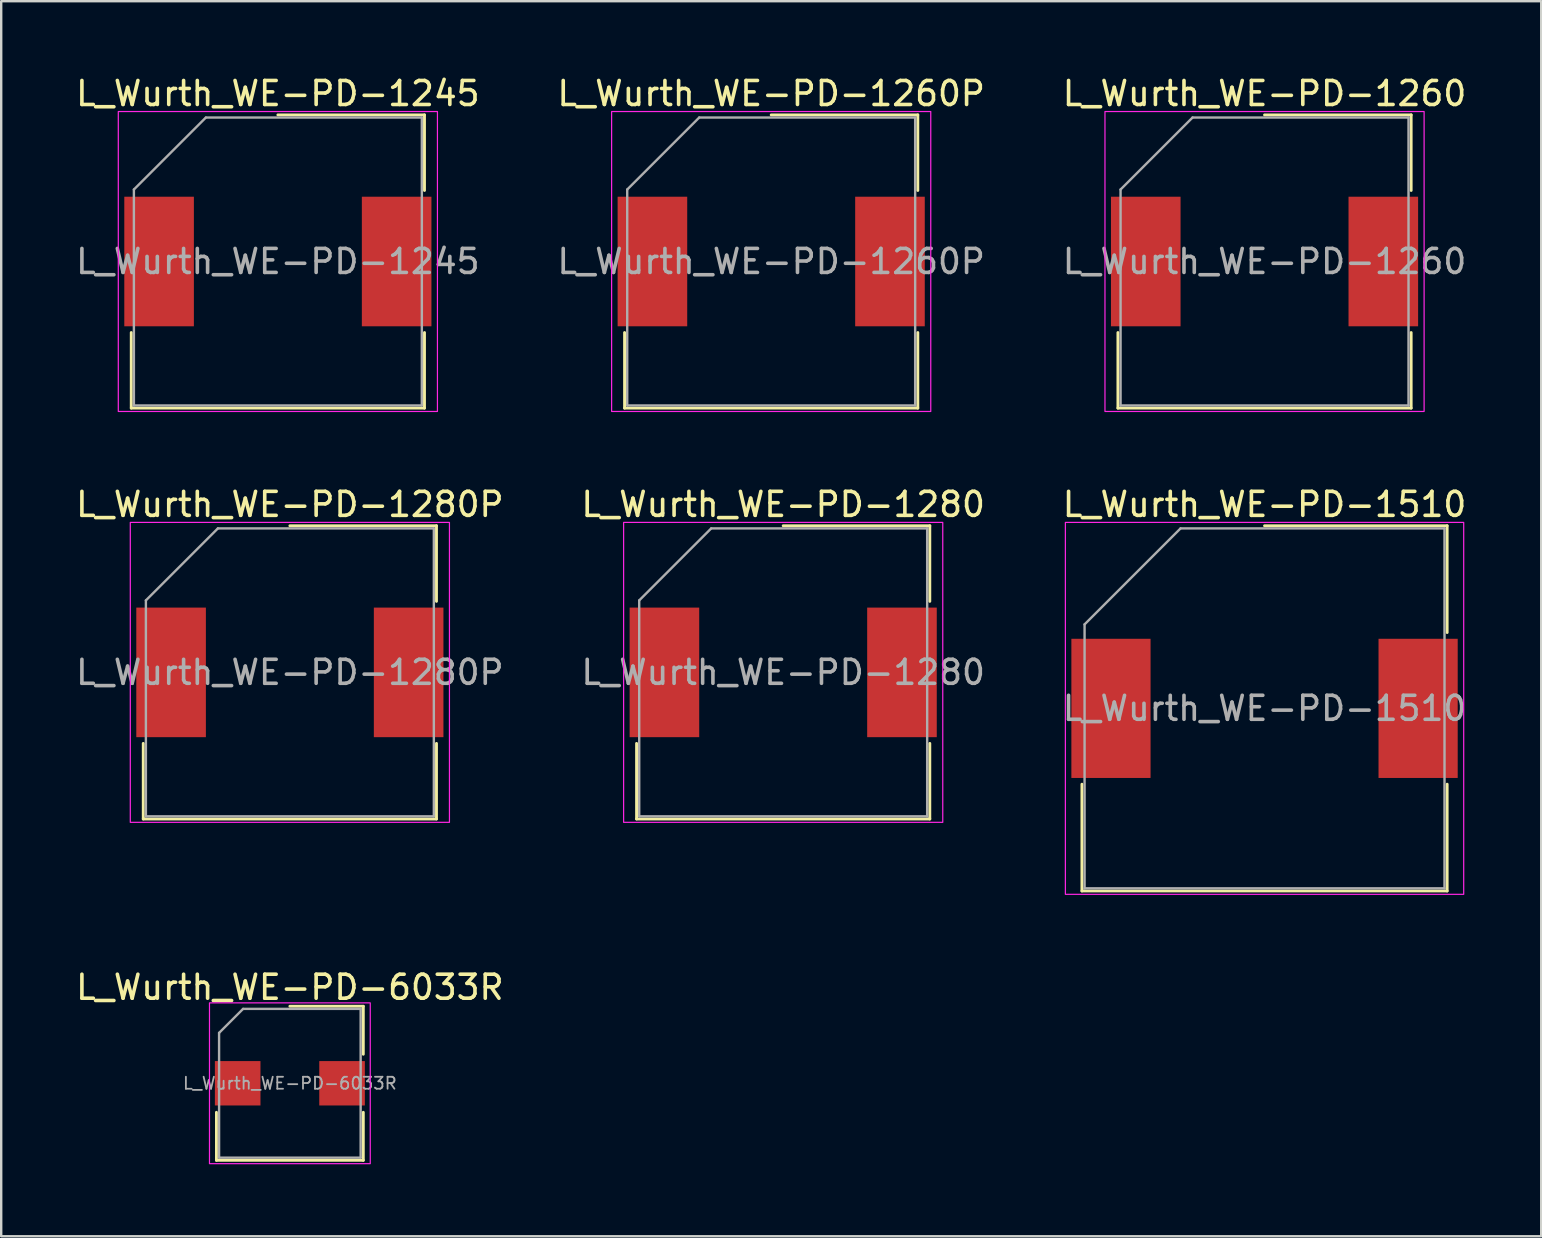
<source format=kicad_pcb>
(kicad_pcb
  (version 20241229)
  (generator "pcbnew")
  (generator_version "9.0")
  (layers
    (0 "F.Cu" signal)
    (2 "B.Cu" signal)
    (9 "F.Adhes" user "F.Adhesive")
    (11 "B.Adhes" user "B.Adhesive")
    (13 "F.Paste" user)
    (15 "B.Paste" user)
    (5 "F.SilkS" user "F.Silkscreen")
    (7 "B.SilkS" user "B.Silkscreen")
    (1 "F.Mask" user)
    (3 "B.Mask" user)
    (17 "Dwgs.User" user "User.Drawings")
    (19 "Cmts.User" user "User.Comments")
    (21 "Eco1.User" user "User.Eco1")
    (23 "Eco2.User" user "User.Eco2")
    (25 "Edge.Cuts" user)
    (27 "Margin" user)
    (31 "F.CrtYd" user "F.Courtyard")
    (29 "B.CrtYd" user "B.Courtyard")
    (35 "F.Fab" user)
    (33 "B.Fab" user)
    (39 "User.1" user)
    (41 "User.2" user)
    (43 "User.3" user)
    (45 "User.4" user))
  (footprint "L_Wurth_WE-PD-1510"
    (layer "F.Cu")
    (at 49.649 26.471)
    (property "Reference" "L_Wurth_WE-PD-1510" (at 0 -8.5 0) (unlocked yes) (layer "F.SilkS") (effects (font (size 1 1) (thickness 0.15))))
    (attr smd)
    (fp_line (start -7.61 3.16) (end -7.61 7.61) (stroke (width 0.12) (type solid)) (layer "F.SilkS"))
    (fp_line (start -7.61 7.61) (end 7.61 7.61) (stroke (width 0.12) (type solid)) (layer "F.SilkS"))
    (fp_line (start 0 -7.61) (end 7.61 -7.61) (stroke (width 0.12) (type solid)) (layer "F.SilkS"))
    (fp_line (start 7.61 -7.61) (end 7.61 -3.16) (stroke (width 0.12) (type solid)) (layer "F.SilkS"))
    (fp_line (start 7.61 7.61) (end 7.61 3.16) (stroke (width 0.12) (type solid)) (layer "F.SilkS"))
    (fp_rect (start -8.3 -7.75) (end 8.3 7.75) (stroke (width 0.05) (type solid)) (fill no) (layer "F.CrtYd"))
    (fp_line (start -7.5 7.5) (end -7.5 -3.5) (stroke (width 0.1) (type solid)) (layer "F.Fab"))
    (fp_line (start -7.5 7.5) (end 7.5 7.5) (stroke (width 0.1) (type solid)) (layer "F.Fab"))
    (fp_line (start -3.5 -7.5) (end -7.5 -3.5) (stroke (width 0.1) (type solid)) (layer "F.Fab"))
    (fp_line (start 7.5 -7.5) (end -3.5 -7.5) (stroke (width 0.1) (type solid)) (layer "F.Fab"))
    (fp_line (start 7.5 7.5) (end 7.5 -7.5) (stroke (width 0.1) (type solid)) (layer "F.Fab"))
    (fp_text user "${REFERENCE}" (at 0 0 0) (unlocked yes) (layer "F.Fab") (effects (font (size 1 1) (thickness 0.15))))
    (pad "1" smd rect (at -6.4 0) (size 3.3 5.8) (layers "F.Cu" "F.Mask" "F.Paste"))
    (pad "2" smd rect (at 6.4 0) (size 3.3 5.8) (layers "F.Cu" "F.Mask" "F.Paste")))
  (footprint "L_Wurth_WE-PD-1280P"
    (layer "F.Cu")
    (at 9.03 24.971)
    (property "Reference" "L_Wurth_WE-PD-1280P" (at 0 -7 0) (unlocked yes) (layer "F.SilkS") (effects (font (size 1 1) (thickness 0.15))))
    (attr smd)
    (fp_line (start -6.11 6.11) (end -6.11 2.96) (stroke (width 0.12) (type solid)) (layer "F.SilkS"))
    (fp_line (start -6.11 6.11) (end 6.11 6.11) (stroke (width 0.12) (type solid)) (layer "F.SilkS"))
    (fp_line (start 0 -6.11) (end 6.11 -6.11) (stroke (width 0.12) (type solid)) (layer "F.SilkS"))
    (fp_line (start 6.11 -6.11) (end 6.11 -2.96) (stroke (width 0.12) (type solid)) (layer "F.SilkS"))
    (fp_line (start 6.11 2.96) (end 6.11 6.11) (stroke (width 0.12) (type solid)) (layer "F.SilkS"))
    (fp_rect (start -6.65 -6.25) (end 6.65 6.25) (stroke (width 0.05) (type solid)) (fill no) (layer "F.CrtYd"))
    (fp_line (start -6 6) (end -6 -3) (stroke (width 0.1) (type solid)) (layer "F.Fab"))
    (fp_line (start -6 6) (end 6 6) (stroke (width 0.1) (type solid)) (layer "F.Fab"))
    (fp_line (start -3 -6) (end -6 -3) (stroke (width 0.1) (type solid)) (layer "F.Fab"))
    (fp_line (start 6 -6) (end -3 -6) (stroke (width 0.1) (type solid)) (layer "F.Fab"))
    (fp_line (start 6 6) (end 6 -6) (stroke (width 0.1) (type solid)) (layer "F.Fab"))
    (fp_text user "${REFERENCE}" (at 0 0 0) (unlocked yes) (layer "F.Fab") (effects (font (size 1 1) (thickness 0.15))))
    (pad "1" smd rect (at -4.95 0) (size 2.9 5.4) (layers "F.Cu" "F.Mask" "F.Paste"))
    (pad "2" smd rect (at 4.95 0) (size 2.9 5.4) (layers "F.Cu" "F.Mask" "F.Paste")))
  (footprint "L_Wurth_WE-PD-1245"
    (layer "F.Cu")
    (at 8.53 7.848)
    (property "Reference" "L_Wurth_WE-PD-1245" (at 0 -7 0) (unlocked yes) (layer "F.SilkS") (effects (font (size 1 1) (thickness 0.15))))
    (attr smd)
    (fp_line (start -6.11 6.11) (end -6.11 2.96) (stroke (width 0.12) (type solid)) (layer "F.SilkS"))
    (fp_line (start -6.11 6.11) (end 6.11 6.11) (stroke (width 0.12) (type solid)) (layer "F.SilkS"))
    (fp_line (start 0 -6.11) (end 6.11 -6.11) (stroke (width 0.12) (type solid)) (layer "F.SilkS"))
    (fp_line (start 6.11 -6.11) (end 6.11 -2.96) (stroke (width 0.12) (type solid)) (layer "F.SilkS"))
    (fp_line (start 6.11 2.96) (end 6.11 6.11) (stroke (width 0.12) (type solid)) (layer "F.SilkS"))
    (fp_rect (start -6.65 -6.25) (end 6.65 6.25) (stroke (width 0.05) (type solid)) (fill no) (layer "F.CrtYd"))
    (fp_line (start -6 -3) (end -3 -6) (stroke (width 0.1) (type solid)) (layer "F.Fab"))
    (fp_line (start -6 6) (end -6 -3) (stroke (width 0.1) (type solid)) (layer "F.Fab"))
    (fp_line (start -6 6) (end 6 6) (stroke (width 0.1) (type solid)) (layer "F.Fab"))
    (fp_line (start 6 -6) (end -3 -6) (stroke (width 0.1) (type solid)) (layer "F.Fab"))
    (fp_line (start 6 6) (end 6 -6) (stroke (width 0.1) (type solid)) (layer "F.Fab"))
    (fp_text user "${REFERENCE}" (at 0 0 0) (unlocked yes) (layer "F.Fab") (effects (font (size 1 1) (thickness 0.15))))
    (pad "1" smd rect (at -4.95 0) (size 2.9 5.4) (layers "F.Cu" "F.Mask" "F.Paste"))
    (pad "2" smd rect (at 4.95 0) (size 2.9 5.4) (layers "F.Cu" "F.Mask" "F.Paste")))
  (footprint "L_Wurth_WE-PD-1260P"
    (layer "F.Cu")
    (at 29.089 7.848)
    (property "Reference" "L_Wurth_WE-PD-1260P" (at 0 -7 0) (unlocked yes) (layer "F.SilkS") (effects (font (size 1 1) (thickness 0.15))))
    (attr smd)
    (fp_line (start -6.11 6.11) (end -6.11 2.96) (stroke (width 0.12) (type solid)) (layer "F.SilkS"))
    (fp_line (start -6.11 6.11) (end 6.11 6.11) (stroke (width 0.12) (type solid)) (layer "F.SilkS"))
    (fp_line (start 0 -6.11) (end 6.11 -6.11) (stroke (width 0.12) (type solid)) (layer "F.SilkS"))
    (fp_line (start 6.11 -6.11) (end 6.11 -2.96) (stroke (width 0.12) (type solid)) (layer "F.SilkS"))
    (fp_line (start 6.11 2.96) (end 6.11 6.11) (stroke (width 0.12) (type solid)) (layer "F.SilkS"))
    (fp_rect (start -6.65 -6.25) (end 6.65 6.25) (stroke (width 0.05) (type solid)) (fill no) (layer "F.CrtYd"))
    (fp_line (start -6 6) (end -6 -3) (stroke (width 0.1) (type solid)) (layer "F.Fab"))
    (fp_line (start -6 6) (end 6 6) (stroke (width 0.1) (type solid)) (layer "F.Fab"))
    (fp_line (start -3 -6) (end -6 -3) (stroke (width 0.1) (type solid)) (layer "F.Fab"))
    (fp_line (start 6 -6) (end -3 -6) (stroke (width 0.1) (type solid)) (layer "F.Fab"))
    (fp_line (start 6 6) (end 6 -6) (stroke (width 0.1) (type solid)) (layer "F.Fab"))
    (fp_text user "${REFERENCE}" (at 0 0 0) (unlocked yes) (layer "F.Fab") (effects (font (size 1 1) (thickness 0.15))))
    (pad "1" smd rect (at -4.95 0) (size 2.9 5.4) (layers "F.Cu" "F.Mask" "F.Paste"))
    (pad "2" smd rect (at 4.95 0) (size 2.9 5.4) (layers "F.Cu" "F.Mask" "F.Paste")))
  (footprint "L_Wurth_WE-PD-1280"
    (layer "F.Cu")
    (at 29.589 24.971)
    (property "Reference" "L_Wurth_WE-PD-1280" (at 0 -7 0) (unlocked yes) (layer "F.SilkS") (effects (font (size 1 1) (thickness 0.15))))
    (attr smd)
    (fp_line (start -6.11 6.11) (end -6.11 2.96) (stroke (width 0.12) (type solid)) (layer "F.SilkS"))
    (fp_line (start -6.11 6.11) (end 6.11 6.11) (stroke (width 0.12) (type solid)) (layer "F.SilkS"))
    (fp_line (start 0 -6.11) (end 6.11 -6.11) (stroke (width 0.12) (type solid)) (layer "F.SilkS"))
    (fp_line (start 6.11 -6.11) (end 6.11 -2.96) (stroke (width 0.12) (type solid)) (layer "F.SilkS"))
    (fp_line (start 6.11 2.96) (end 6.11 6.11) (stroke (width 0.12) (type solid)) (layer "F.SilkS"))
    (fp_rect (start -6.65 -6.25) (end 6.65 6.25) (stroke (width 0.05) (type solid)) (fill no) (layer "F.CrtYd"))
    (fp_line (start -6 6) (end -6 -3) (stroke (width 0.1) (type solid)) (layer "F.Fab"))
    (fp_line (start -6 6) (end 6 6) (stroke (width 0.1) (type solid)) (layer "F.Fab"))
    (fp_line (start -3 -6) (end -6 -3) (stroke (width 0.1) (type solid)) (layer "F.Fab"))
    (fp_line (start 6 -6) (end -3 -6) (stroke (width 0.1) (type solid)) (layer "F.Fab"))
    (fp_line (start 6 6) (end 6 -6) (stroke (width 0.1) (type solid)) (layer "F.Fab"))
    (fp_text user "${REFERENCE}" (at 0 0 0) (unlocked yes) (layer "F.Fab") (effects (font (size 1 1) (thickness 0.15))))
    (pad "1" smd rect (at -4.95 0) (size 2.9 5.4) (layers "F.Cu" "F.Mask" "F.Paste"))
    (pad "2" smd rect (at 4.95 0) (size 2.9 5.4) (layers "F.Cu" "F.Mask" "F.Paste")))
  (footprint "L_Wurth_WE-PD-6033R"
    (layer "F.Cu")
    (at 9.03 42.095)
    (property "Reference" "L_Wurth_WE-PD-6033R" (at 0 -4 0) (unlocked yes) (layer "F.SilkS") (effects (font (size 1 1) (thickness 0.15))))
    (attr smd)
    (fp_line (start -3.06 3.21) (end -3.06 1.21) (stroke (width 0.12) (type solid)) (layer "F.SilkS"))
    (fp_line (start -3.06 3.21) (end 3.06 3.21) (stroke (width 0.12) (type solid)) (layer "F.SilkS"))
    (fp_line (start 0 -3.21) (end 3.06 -3.21) (stroke (width 0.12) (type solid)) (layer "F.SilkS"))
    (fp_line (start 3.06 -3.21) (end 3.06 -1.21) (stroke (width 0.12) (type solid)) (layer "F.SilkS"))
    (fp_line (start 3.06 1.21) (end 3.06 3.21) (stroke (width 0.12) (type solid)) (layer "F.SilkS"))
    (fp_rect (start -3.35 -3.35) (end 3.35 3.35) (stroke (width 0.05) (type solid)) (fill no) (layer "F.CrtYd"))
    (fp_line (start -2.95 3.1) (end -2.95 -2.1) (stroke (width 0.1) (type solid)) (layer "F.Fab"))
    (fp_line (start -2.95 3.1) (end 2.95 3.1) (stroke (width 0.1) (type solid)) (layer "F.Fab"))
    (fp_line (start -1.95 -3.1) (end -2.95 -2.1) (stroke (width 0.1) (type solid)) (layer "F.Fab"))
    (fp_line (start 2.95 -3.1) (end -1.95 -3.1) (stroke (width 0.1) (type solid)) (layer "F.Fab"))
    (fp_line (start 2.95 3.1) (end 2.95 -3.1) (stroke (width 0.1) (type solid)) (layer "F.Fab"))
    (fp_text user "${REFERENCE}" (at 0 0 0) (unlocked yes) (layer "F.Fab") (effects (font (size 0.5 0.5) (thickness 0.075))))
    (pad "1" smd rect (at -2.175 0 90) (size 1.85 1.9) (layers "F.Cu" "F.Mask" "F.Paste"))
    (pad "2" smd rect (at 2.175 0 90) (size 1.85 1.9) (layers "F.Cu" "F.Mask" "F.Paste")))
  (footprint "L_Wurth_WE-PD-1260"
    (layer "F.Cu")
    (at 49.649 7.848)
    (property "Reference" "L_Wurth_WE-PD-1260" (at 0 -7 0) (unlocked yes) (layer "F.SilkS") (effects (font (size 1 1) (thickness 0.15))))
    (attr smd)
    (fp_line (start -6.11 6.11) (end -6.11 2.96) (stroke (width 0.12) (type solid)) (layer "F.SilkS"))
    (fp_line (start -6.11 6.11) (end 6.11 6.11) (stroke (width 0.12) (type solid)) (layer "F.SilkS"))
    (fp_line (start 0 -6.11) (end 6.11 -6.11) (stroke (width 0.12) (type solid)) (layer "F.SilkS"))
    (fp_line (start 6.11 -6.11) (end 6.11 -2.96) (stroke (width 0.12) (type solid)) (layer "F.SilkS"))
    (fp_line (start 6.11 2.96) (end 6.11 6.11) (stroke (width 0.12) (type solid)) (layer "F.SilkS"))
    (fp_rect (start -6.65 -6.25) (end 6.65 6.25) (stroke (width 0.05) (type solid)) (fill no) (layer "F.CrtYd"))
    (fp_line (start -6 6) (end -6 -3) (stroke (width 0.1) (type solid)) (layer "F.Fab"))
    (fp_line (start -6 6) (end 6 6) (stroke (width 0.1) (type solid)) (layer "F.Fab"))
    (fp_line (start -3 -6) (end -6 -3) (stroke (width 0.1) (type solid)) (layer "F.Fab"))
    (fp_line (start 6 -6) (end -3 -6) (stroke (width 0.1) (type solid)) (layer "F.Fab"))
    (fp_line (start 6 6) (end 6 -6) (stroke (width 0.1) (type solid)) (layer "F.Fab"))
    (fp_text user "${REFERENCE}" (at 0 0 0) (unlocked yes) (layer "F.Fab") (effects (font (size 1 1) (thickness 0.15))))
    (pad "1" smd rect (at -4.95 0) (size 2.9 5.4) (layers "F.Cu" "F.Mask" "F.Paste"))
    (pad "2" smd rect (at 4.95 0) (size 2.9 5.4) (layers "F.Cu" "F.Mask" "F.Paste")))
  (gr_rect
    (start -3 -3)
    (end 61.179 48.47)
    (stroke (width 0.1) (type default))
    (fill no)
    (layer "Edge.Cuts")))
</source>
